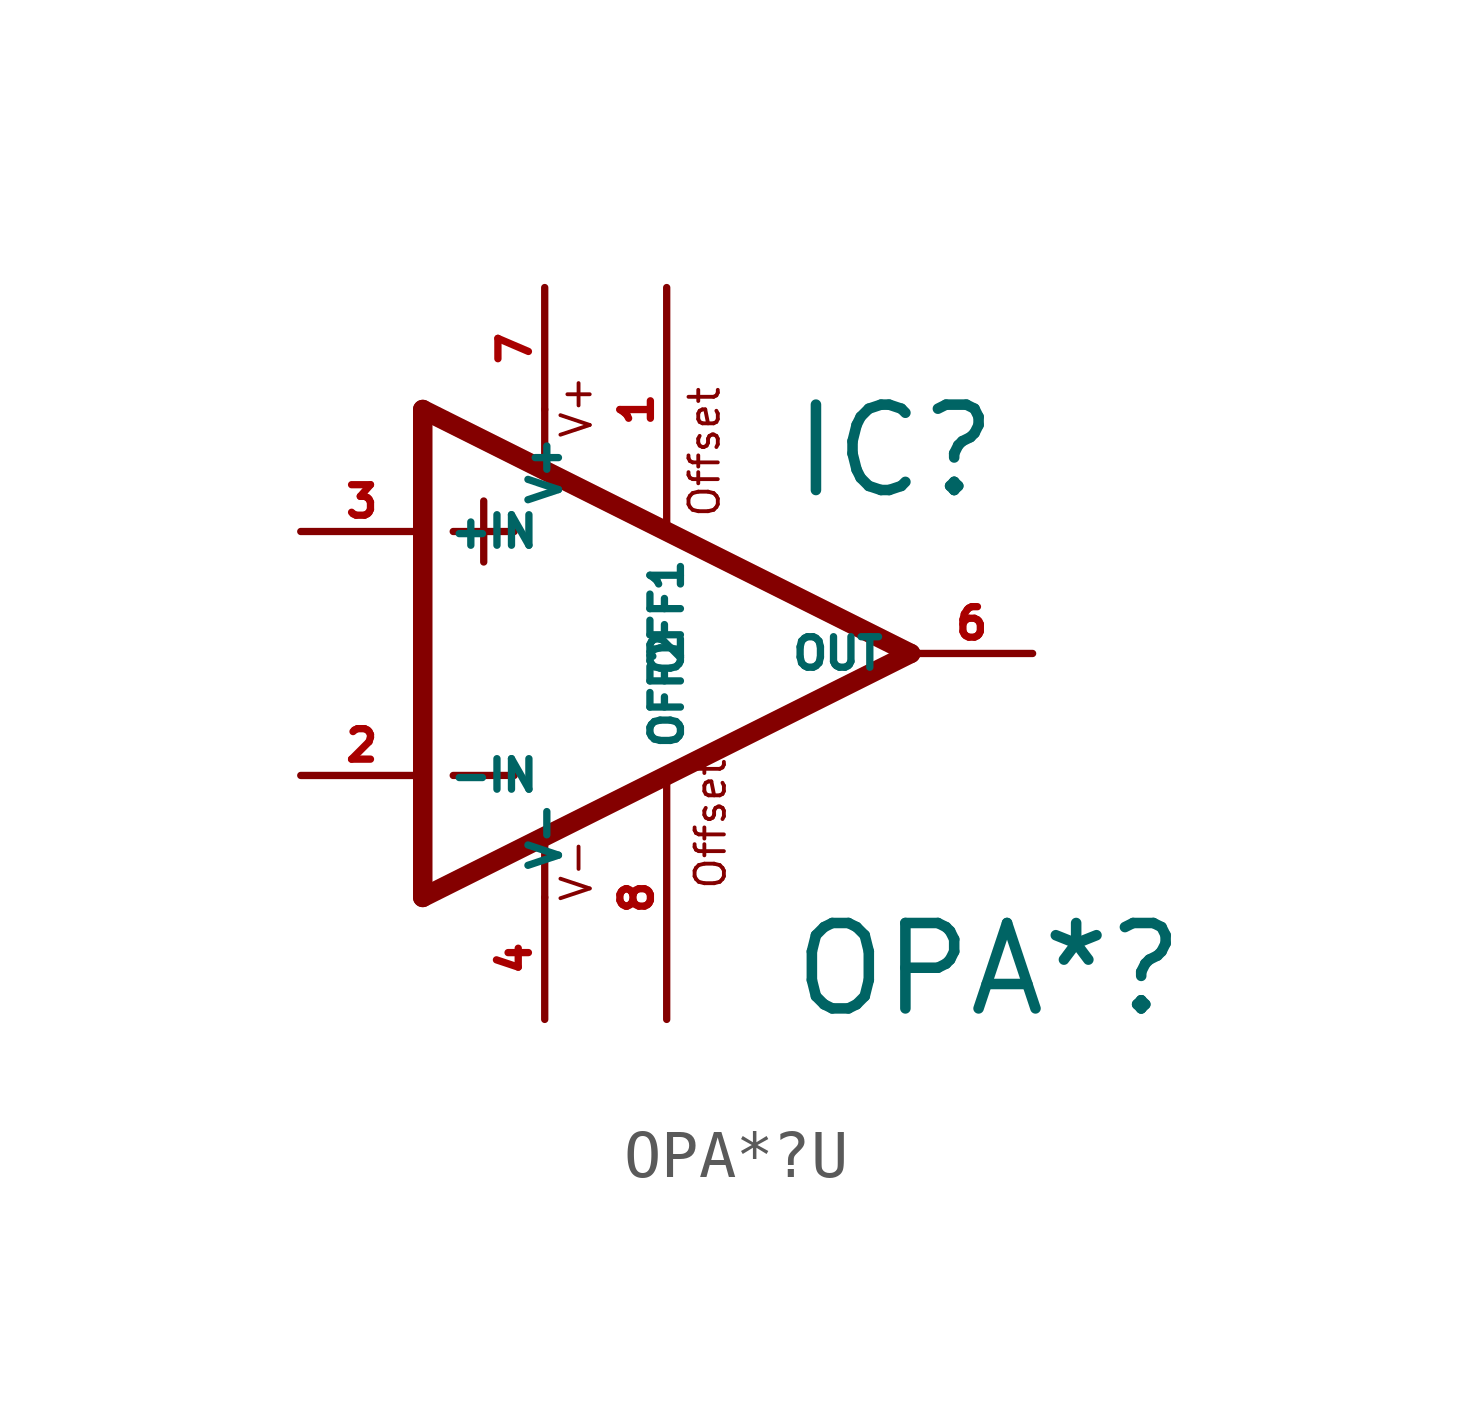
<source format=kicad_sym>
(kicad_symbol_lib
  (version 20220914)
  (generator Eagle2Kicad)
  (symbol "OPA*?U"
    (property "Reference" "IC"
      (at 2.54 3.175 0)
      (effects (font (size 1.778 1.778) (thickness 0.22)) (justify left bottom)))
    (property "Value" "OPA*?"
      (at 2.54 -7.62 0)
      (effects (font (size 1.778 1.778) (thickness 0.22)) (justify left bottom)))
    (polyline
      (pts (xy -2.54 5.08) (xy -2.54 3.886))
      (stroke (width 0.152) (type default))
      (fill (type none)))
    (polyline
      (pts (xy -5.08 5.08) (xy -5.08 -5.08))
      (stroke (width 0.406) (type default))
      (fill (type none)))
    (polyline
      (pts (xy -5.08 -5.08) (xy 5.08 0))
      (stroke (width 0.406) (type default))
      (fill (type none)))
    (polyline
      (pts (xy 5.08 0) (xy -5.08 5.08))
      (stroke (width 0.406) (type default))
      (fill (type none)))
    (polyline
      (pts (xy -3.81 3.175) (xy -3.81 1.905))
      (stroke (width 0.152) (type default))
      (fill (type none)))
    (polyline
      (pts (xy -4.445 2.54) (xy -3.175 2.54))
      (stroke (width 0.152) (type default))
      (fill (type none)))
    (polyline
      (pts (xy -4.445 -2.54) (xy -3.175 -2.54))
      (stroke (width 0.152) (type default))
      (fill (type none)))
    (polyline
      (pts (xy -2.54 -3.886) (xy -2.54 -5.08))
      (stroke (width 0.152) (type default))
      (fill (type none)))
    (text "Offset"
      (at 1.27 -4.953 900)
      (effects (font (size 0.61 0.61) (thickness 0.08)) (justify left bottom)))
    (text "Offset"
      (at 1.143 2.794 900)
      (effects (font (size 0.61 0.61) (thickness 0.08)) (justify left bottom)))
    (text "V+"
      (at -1.524 4.445 900)
      (effects (font (size 0.61 0.61) (thickness 0.08)) (justify left bottom)))
    (text "V-"
      (at -1.524 -5.207 900)
      (effects (font (size 0.61 0.61) (thickness 0.08)) (justify left bottom)))
    (pin passive line
      (at 0 -7.62 90)
      (length 5.08)
      (name "OFF2" (effects (font (size 0.635 0.635) (thickness 0.08)) (justify left bottom)))
      (number "8" (effects (font (size 0.635 0.635) (thickness 0.08)) (justify left bottom))))
    (pin input line
      (at -7.62 -2.54 0)
      (length 2.54)
      (name "-IN" (effects (font (size 0.635 0.635) (thickness 0.08)) (justify left bottom)))
      (number "2" (effects (font (size 0.635 0.635) (thickness 0.08)) (justify left bottom))))
    (pin input line
      (at -7.62 2.54 0)
      (length 2.54)
      (name "+IN" (effects (font (size 0.635 0.635) (thickness 0.08)) (justify left bottom)))
      (number "3" (effects (font (size 0.635 0.635) (thickness 0.08)) (justify left bottom))))
    (pin passive line
      (at 0 7.62 270)
      (length 5.08)
      (name "OFF1" (effects (font (size 0.635 0.635) (thickness 0.08)) (justify left bottom)))
      (number "1" (effects (font (size 0.635 0.635) (thickness 0.08)) (justify left bottom))))
    (pin output line
      (at 7.62 0 180)
      (length 2.54)
      (name "OUT" (effects (font (size 0.635 0.635) (thickness 0.08)) (justify left bottom)))
      (number "6" (effects (font (size 0.635 0.635) (thickness 0.08)) (justify left bottom))))
    (pin unspecified line
      (at -2.54 7.62 270)
      (length 2.54)
      (name "V+" (effects (font (size 0.635 0.635) (thickness 0.08)) (justify left bottom)))
      (number "7" (effects (font (size 0.635 0.635) (thickness 0.08)) (justify left bottom))))
    (pin unspecified line
      (at -2.54 -7.62 90)
      (length 2.54)
      (name "V-" (effects (font (size 0.635 0.635) (thickness 0.08)) (justify left bottom)))
      (number "4" (effects (font (size 0.635 0.635) (thickness 0.08)) (justify left bottom))))))
</source>
